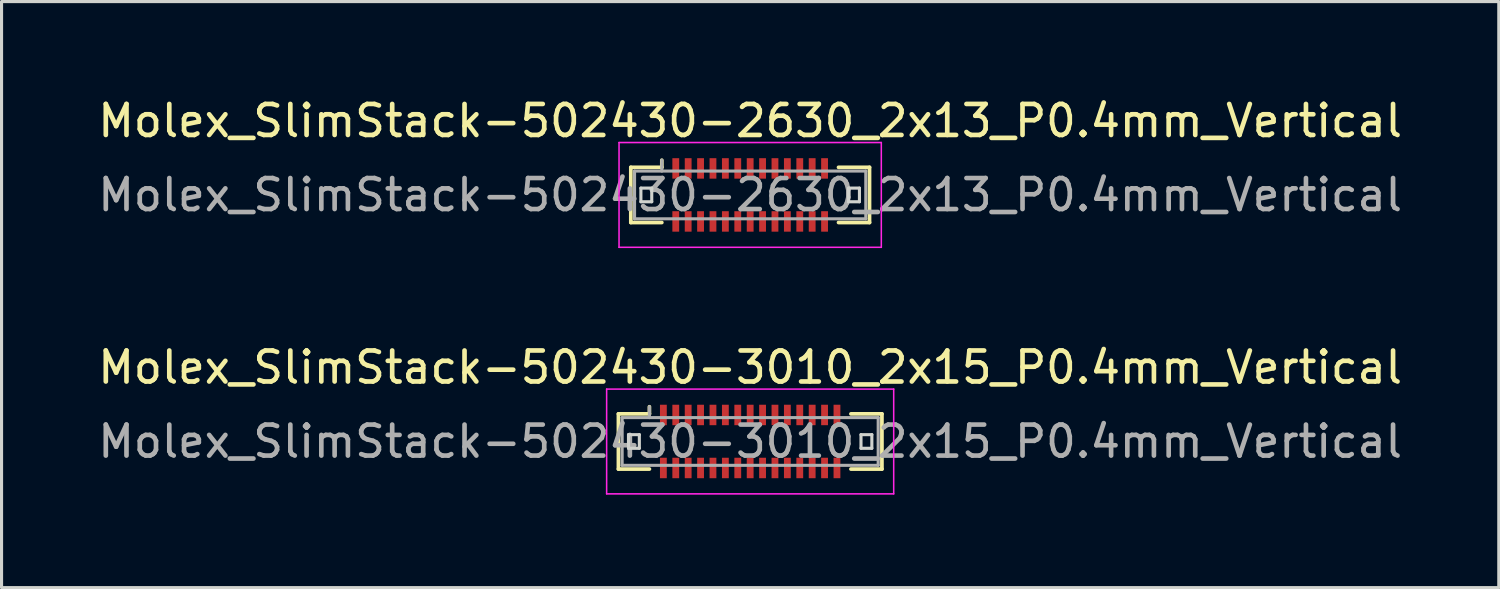
<source format=kicad_pcb>
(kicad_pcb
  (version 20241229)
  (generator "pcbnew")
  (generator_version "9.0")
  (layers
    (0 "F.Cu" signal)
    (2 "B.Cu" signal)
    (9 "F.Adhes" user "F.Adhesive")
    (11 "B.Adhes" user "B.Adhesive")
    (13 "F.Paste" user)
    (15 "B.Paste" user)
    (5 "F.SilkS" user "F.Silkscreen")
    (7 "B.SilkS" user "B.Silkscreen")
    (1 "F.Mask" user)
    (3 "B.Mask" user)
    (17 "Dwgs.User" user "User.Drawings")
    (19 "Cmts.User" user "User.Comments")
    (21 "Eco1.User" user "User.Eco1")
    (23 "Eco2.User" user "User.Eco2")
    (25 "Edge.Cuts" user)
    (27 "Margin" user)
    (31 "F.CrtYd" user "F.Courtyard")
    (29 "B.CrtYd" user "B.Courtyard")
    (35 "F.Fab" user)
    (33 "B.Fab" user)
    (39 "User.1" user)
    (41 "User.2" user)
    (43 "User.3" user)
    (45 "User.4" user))
  (footprint "Molex_SlimStack-502430-3010_2x15_P0.4mm_Vertical"
    (layer "F.Cu")
    (at 21.149 11.191)
    (property "Reference" "Molex_SlimStack-502430-3010_2x15_P0.4mm_Vertical" (at 0 -2.39 0) (layer "F.SilkS") (effects (font (size 1 1) (thickness 0.15))))
    (attr smd)
    (fp_line (start -4.25 -0.89) (end -3.25 -0.89) (stroke (width 0.12) (type solid)) (layer "F.SilkS"))
    (fp_line (start -4.25 0.89) (end -4.25 -0.89) (stroke (width 0.12) (type solid)) (layer "F.SilkS"))
    (fp_line (start -3.25 -0.89) (end -3.25 -1.12) (stroke (width 0.12) (type solid)) (layer "F.SilkS"))
    (fp_line (start -3.25 0.89) (end -4.25 0.89) (stroke (width 0.12) (type solid)) (layer "F.SilkS"))
    (fp_line (start 3.25 0.89) (end 4.25 0.89) (stroke (width 0.12) (type solid)) (layer "F.SilkS"))
    (fp_line (start 4.25 -0.89) (end 3.25 -0.89) (stroke (width 0.12) (type solid)) (layer "F.SilkS"))
    (fp_line (start 4.25 0.89) (end 4.25 -0.89) (stroke (width 0.12) (type solid)) (layer "F.SilkS"))
    (fp_line (start -3.925 -0.22) (end -3.925 0.22) (stroke (width 0.1) (type solid)) (layer "Edge.Cuts"))
    (fp_line (start -3.925 0.22) (end -3.575 0.22) (stroke (width 0.1) (type solid)) (layer "Edge.Cuts"))
    (fp_line (start -3.575 -0.22) (end -3.925 -0.22) (stroke (width 0.1) (type solid)) (layer "Edge.Cuts"))
    (fp_line (start -3.575 0.22) (end -3.575 -0.22) (stroke (width 0.1) (type solid)) (layer "Edge.Cuts"))
    (fp_line (start 3.575 -0.22) (end 3.575 0.22) (stroke (width 0.1) (type solid)) (layer "Edge.Cuts"))
    (fp_line (start 3.575 0.22) (end 3.925 0.22) (stroke (width 0.1) (type solid)) (layer "Edge.Cuts"))
    (fp_line (start 3.925 -0.22) (end 3.575 -0.22) (stroke (width 0.1) (type solid)) (layer "Edge.Cuts"))
    (fp_line (start 3.925 0.22) (end 3.925 -0.22) (stroke (width 0.1) (type solid)) (layer "Edge.Cuts"))
    (fp_line (start -4.63 -1.69) (end -4.63 1.69) (stroke (width 0.05) (type solid)) (layer "F.CrtYd"))
    (fp_line (start -4.63 1.69) (end 4.63 1.69) (stroke (width 0.05) (type solid)) (layer "F.CrtYd"))
    (fp_line (start 4.63 -1.69) (end -4.63 -1.69) (stroke (width 0.05) (type solid)) (layer "F.CrtYd"))
    (fp_line (start 4.63 1.69) (end 4.63 -1.69) (stroke (width 0.05) (type solid)) (layer "F.CrtYd"))
    (fp_line (start -4.13 -0.77) (end -4.13 0.77) (stroke (width 0.1) (type solid)) (layer "F.Fab"))
    (fp_line (start -4.13 0.77) (end 4.13 0.77) (stroke (width 0.1) (type solid)) (layer "F.Fab"))
    (fp_line (start -3.25 -0.77) (end -3.25 -1.12) (stroke (width 0.1) (type solid)) (layer "F.Fab"))
    (fp_line (start 4.13 -0.77) (end -4.13 -0.77) (stroke (width 0.1) (type solid)) (layer "F.Fab"))
    (fp_line (start 4.13 0.77) (end 4.13 -0.77) (stroke (width 0.1) (type solid)) (layer "F.Fab"))
    (fp_text user "${REFERENCE}" (at 0 0 0) (layer "F.Fab") (effects (font (size 1 1) (thickness 0.15))))
    (pad "1" smd rect (at -2.8 -0.855) (size 0.22 0.66) (layers "F.Cu" "F.Mask" "F.Paste"))
    (pad "2" smd rect (at -2.8 0.855) (size 0.22 0.66) (layers "F.Cu" "F.Mask" "F.Paste"))
    (pad "3" smd rect (at -2.4 -0.855) (size 0.22 0.66) (layers "F.Cu" "F.Mask" "F.Paste"))
    (pad "4" smd rect (at -2.4 0.855) (size 0.22 0.66) (layers "F.Cu" "F.Mask" "F.Paste"))
    (pad "5" smd rect (at -2 -0.855) (size 0.22 0.66) (layers "F.Cu" "F.Mask" "F.Paste"))
    (pad "6" smd rect (at -2 0.855) (size 0.22 0.66) (layers "F.Cu" "F.Mask" "F.Paste"))
    (pad "7" smd rect (at -1.6 -0.855) (size 0.22 0.66) (layers "F.Cu" "F.Mask" "F.Paste"))
    (pad "8" smd rect (at -1.6 0.855) (size 0.22 0.66) (layers "F.Cu" "F.Mask" "F.Paste"))
    (pad "9" smd rect (at -1.2 -0.855) (size 0.22 0.66) (layers "F.Cu" "F.Mask" "F.Paste"))
    (pad "10" smd rect (at -1.2 0.855) (size 0.22 0.66) (layers "F.Cu" "F.Mask" "F.Paste"))
    (pad "11" smd rect (at -0.8 -0.855) (size 0.22 0.66) (layers "F.Cu" "F.Mask" "F.Paste"))
    (pad "12" smd rect (at -0.8 0.855) (size 0.22 0.66) (layers "F.Cu" "F.Mask" "F.Paste"))
    (pad "13" smd rect (at -0.4 -0.855) (size 0.22 0.66) (layers "F.Cu" "F.Mask" "F.Paste"))
    (pad "14" smd rect (at -0.4 0.855) (size 0.22 0.66) (layers "F.Cu" "F.Mask" "F.Paste"))
    (pad "15" smd rect (at 0 -0.855) (size 0.22 0.66) (layers "F.Cu" "F.Mask" "F.Paste"))
    (pad "16" smd rect (at 0 0.855) (size 0.22 0.66) (layers "F.Cu" "F.Mask" "F.Paste"))
    (pad "17" smd rect (at 0.4 -0.855) (size 0.22 0.66) (layers "F.Cu" "F.Mask" "F.Paste"))
    (pad "18" smd rect (at 0.4 0.855) (size 0.22 0.66) (layers "F.Cu" "F.Mask" "F.Paste"))
    (pad "19" smd rect (at 0.8 -0.855) (size 0.22 0.66) (layers "F.Cu" "F.Mask" "F.Paste"))
    (pad "20" smd rect (at 0.8 0.855) (size 0.22 0.66) (layers "F.Cu" "F.Mask" "F.Paste"))
    (pad "21" smd rect (at 1.2 -0.855) (size 0.22 0.66) (layers "F.Cu" "F.Mask" "F.Paste"))
    (pad "22" smd rect (at 1.2 0.855) (size 0.22 0.66) (layers "F.Cu" "F.Mask" "F.Paste"))
    (pad "23" smd rect (at 1.6 -0.855) (size 0.22 0.66) (layers "F.Cu" "F.Mask" "F.Paste"))
    (pad "24" smd rect (at 1.6 0.855) (size 0.22 0.66) (layers "F.Cu" "F.Mask" "F.Paste"))
    (pad "25" smd rect (at 2 -0.855) (size 0.22 0.66) (layers "F.Cu" "F.Mask" "F.Paste"))
    (pad "26" smd rect (at 2 0.855) (size 0.22 0.66) (layers "F.Cu" "F.Mask" "F.Paste"))
    (pad "27" smd rect (at 2.4 -0.855) (size 0.22 0.66) (layers "F.Cu" "F.Mask" "F.Paste"))
    (pad "28" smd rect (at 2.4 0.855) (size 0.22 0.66) (layers "F.Cu" "F.Mask" "F.Paste"))
    (pad "29" smd rect (at 2.8 -0.855) (size 0.22 0.66) (layers "F.Cu" "F.Mask" "F.Paste"))
    (pad "30" smd rect (at 2.8 0.855) (size 0.22 0.66) (layers "F.Cu" "F.Mask" "F.Paste")))
  (footprint "Molex_SlimStack-502430-2630_2x13_P0.4mm_Vertical"
    (layer "F.Cu")
    (at 21.149 3.238)
    (property "Reference" "Molex_SlimStack-502430-2630_2x13_P0.4mm_Vertical" (at 0 -2.39 0) (layer "F.SilkS") (effects (font (size 1 1) (thickness 0.15))))
    (attr smd)
    (fp_line (start -3.85 -0.89) (end -2.85 -0.89) (stroke (width 0.12) (type solid)) (layer "F.SilkS"))
    (fp_line (start -3.85 0.89) (end -3.85 -0.89) (stroke (width 0.12) (type solid)) (layer "F.SilkS"))
    (fp_line (start -2.85 -0.89) (end -2.85 -1.12) (stroke (width 0.12) (type solid)) (layer "F.SilkS"))
    (fp_line (start -2.85 0.89) (end -3.85 0.89) (stroke (width 0.12) (type solid)) (layer "F.SilkS"))
    (fp_line (start 2.85 0.89) (end 3.85 0.89) (stroke (width 0.12) (type solid)) (layer "F.SilkS"))
    (fp_line (start 3.85 -0.89) (end 2.85 -0.89) (stroke (width 0.12) (type solid)) (layer "F.SilkS"))
    (fp_line (start 3.85 0.89) (end 3.85 -0.89) (stroke (width 0.12) (type solid)) (layer "F.SilkS"))
    (fp_line (start -3.525 -0.22) (end -3.525 0.22) (stroke (width 0.1) (type solid)) (layer "Edge.Cuts"))
    (fp_line (start -3.525 0.22) (end -3.175 0.22) (stroke (width 0.1) (type solid)) (layer "Edge.Cuts"))
    (fp_line (start -3.175 -0.22) (end -3.525 -0.22) (stroke (width 0.1) (type solid)) (layer "Edge.Cuts"))
    (fp_line (start -3.175 0.22) (end -3.175 -0.22) (stroke (width 0.1) (type solid)) (layer "Edge.Cuts"))
    (fp_line (start 3.175 -0.22) (end 3.175 0.22) (stroke (width 0.1) (type solid)) (layer "Edge.Cuts"))
    (fp_line (start 3.175 0.22) (end 3.525 0.22) (stroke (width 0.1) (type solid)) (layer "Edge.Cuts"))
    (fp_line (start 3.525 -0.22) (end 3.175 -0.22) (stroke (width 0.1) (type solid)) (layer "Edge.Cuts"))
    (fp_line (start 3.525 0.22) (end 3.525 -0.22) (stroke (width 0.1) (type solid)) (layer "Edge.Cuts"))
    (fp_line (start -4.23 -1.69) (end -4.23 1.69) (stroke (width 0.05) (type solid)) (layer "F.CrtYd"))
    (fp_line (start -4.23 1.69) (end 4.23 1.69) (stroke (width 0.05) (type solid)) (layer "F.CrtYd"))
    (fp_line (start 4.23 -1.69) (end -4.23 -1.69) (stroke (width 0.05) (type solid)) (layer "F.CrtYd"))
    (fp_line (start 4.23 1.69) (end 4.23 -1.69) (stroke (width 0.05) (type solid)) (layer "F.CrtYd"))
    (fp_line (start -3.73 -0.77) (end -3.73 0.77) (stroke (width 0.1) (type solid)) (layer "F.Fab"))
    (fp_line (start -3.73 0.77) (end 3.73 0.77) (stroke (width 0.1) (type solid)) (layer "F.Fab"))
    (fp_line (start -2.85 -0.77) (end -2.85 -1.12) (stroke (width 0.1) (type solid)) (layer "F.Fab"))
    (fp_line (start 3.73 -0.77) (end -3.73 -0.77) (stroke (width 0.1) (type solid)) (layer "F.Fab"))
    (fp_line (start 3.73 0.77) (end 3.73 -0.77) (stroke (width 0.1) (type solid)) (layer "F.Fab"))
    (fp_text user "${REFERENCE}" (at 0 0 0) (layer "F.Fab") (effects (font (size 1 1) (thickness 0.15))))
    (pad "1" smd rect (at -2.4 -0.855) (size 0.22 0.66) (layers "F.Cu" "F.Mask" "F.Paste"))
    (pad "2" smd rect (at -2.4 0.855) (size 0.22 0.66) (layers "F.Cu" "F.Mask" "F.Paste"))
    (pad "3" smd rect (at -2 -0.855) (size 0.22 0.66) (layers "F.Cu" "F.Mask" "F.Paste"))
    (pad "4" smd rect (at -2 0.855) (size 0.22 0.66) (layers "F.Cu" "F.Mask" "F.Paste"))
    (pad "5" smd rect (at -1.6 -0.855) (size 0.22 0.66) (layers "F.Cu" "F.Mask" "F.Paste"))
    (pad "6" smd rect (at -1.6 0.855) (size 0.22 0.66) (layers "F.Cu" "F.Mask" "F.Paste"))
    (pad "7" smd rect (at -1.2 -0.855) (size 0.22 0.66) (layers "F.Cu" "F.Mask" "F.Paste"))
    (pad "8" smd rect (at -1.2 0.855) (size 0.22 0.66) (layers "F.Cu" "F.Mask" "F.Paste"))
    (pad "9" smd rect (at -0.8 -0.855) (size 0.22 0.66) (layers "F.Cu" "F.Mask" "F.Paste"))
    (pad "10" smd rect (at -0.8 0.855) (size 0.22 0.66) (layers "F.Cu" "F.Mask" "F.Paste"))
    (pad "11" smd rect (at -0.4 -0.855) (size 0.22 0.66) (layers "F.Cu" "F.Mask" "F.Paste"))
    (pad "12" smd rect (at -0.4 0.855) (size 0.22 0.66) (layers "F.Cu" "F.Mask" "F.Paste"))
    (pad "13" smd rect (at 0 -0.855) (size 0.22 0.66) (layers "F.Cu" "F.Mask" "F.Paste"))
    (pad "14" smd rect (at 0 0.855) (size 0.22 0.66) (layers "F.Cu" "F.Mask" "F.Paste"))
    (pad "15" smd rect (at 0.4 -0.855) (size 0.22 0.66) (layers "F.Cu" "F.Mask" "F.Paste"))
    (pad "16" smd rect (at 0.4 0.855) (size 0.22 0.66) (layers "F.Cu" "F.Mask" "F.Paste"))
    (pad "17" smd rect (at 0.8 -0.855) (size 0.22 0.66) (layers "F.Cu" "F.Mask" "F.Paste"))
    (pad "18" smd rect (at 0.8 0.855) (size 0.22 0.66) (layers "F.Cu" "F.Mask" "F.Paste"))
    (pad "19" smd rect (at 1.2 -0.855) (size 0.22 0.66) (layers "F.Cu" "F.Mask" "F.Paste"))
    (pad "20" smd rect (at 1.2 0.855) (size 0.22 0.66) (layers "F.Cu" "F.Mask" "F.Paste"))
    (pad "21" smd rect (at 1.6 -0.855) (size 0.22 0.66) (layers "F.Cu" "F.Mask" "F.Paste"))
    (pad "22" smd rect (at 1.6 0.855) (size 0.22 0.66) (layers "F.Cu" "F.Mask" "F.Paste"))
    (pad "23" smd rect (at 2 -0.855) (size 0.22 0.66) (layers "F.Cu" "F.Mask" "F.Paste"))
    (pad "24" smd rect (at 2 0.855) (size 0.22 0.66) (layers "F.Cu" "F.Mask" "F.Paste"))
    (pad "25" smd rect (at 2.4 -0.855) (size 0.22 0.66) (layers "F.Cu" "F.Mask" "F.Paste"))
    (pad "26" smd rect (at 2.4 0.855) (size 0.22 0.66) (layers "F.Cu" "F.Mask" "F.Paste")))
  (gr_rect
    (start -3 -3)
    (end 45.298 15.906)
    (stroke (width 0.1) (type default))
    (fill no)
    (layer "Edge.Cuts")))
</source>
